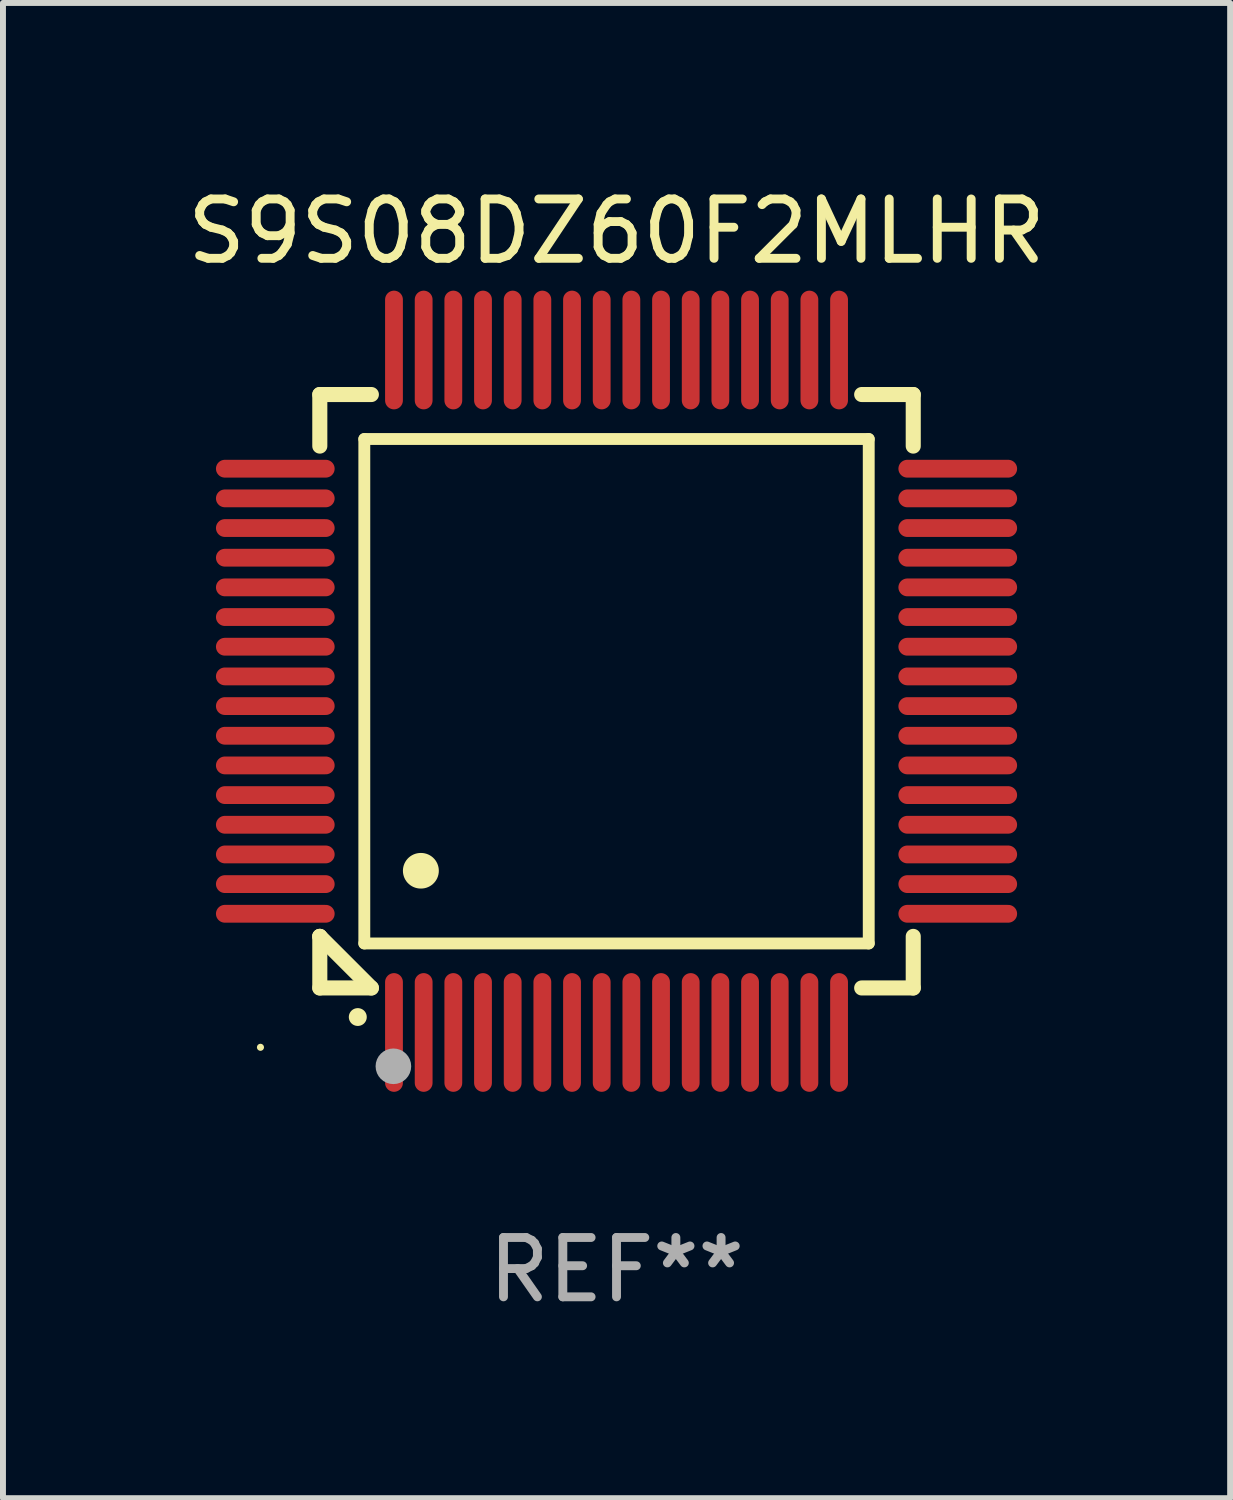
<source format=kicad_pcb>
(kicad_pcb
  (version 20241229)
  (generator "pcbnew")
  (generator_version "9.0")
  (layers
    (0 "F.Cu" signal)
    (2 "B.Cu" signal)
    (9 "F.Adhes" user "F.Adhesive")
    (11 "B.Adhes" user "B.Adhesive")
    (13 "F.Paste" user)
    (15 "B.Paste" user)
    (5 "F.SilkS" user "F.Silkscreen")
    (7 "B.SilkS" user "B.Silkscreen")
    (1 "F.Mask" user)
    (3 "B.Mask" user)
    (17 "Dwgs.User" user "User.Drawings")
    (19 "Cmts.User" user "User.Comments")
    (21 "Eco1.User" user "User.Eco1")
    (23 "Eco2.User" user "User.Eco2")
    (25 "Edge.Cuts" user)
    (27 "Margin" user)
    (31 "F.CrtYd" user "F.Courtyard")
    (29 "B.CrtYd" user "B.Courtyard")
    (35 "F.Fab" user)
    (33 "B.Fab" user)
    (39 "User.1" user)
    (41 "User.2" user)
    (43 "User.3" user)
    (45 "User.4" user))
  (footprint "S9S08DZ60F2MLHR"
    (layer "F.Cu")
    (at 7.339 8.598)
    (property "Reference" "S9S08DZ60F2MLHR" (at 0 -7.75 0) (layer "F.SilkS") (effects (font (size 1 1) (thickness 0.15))))
    (attr through_hole)
    (fp_line (start -5 -5) (end -4.131 -5) (stroke (width 0.254) (type solid)) (layer "F.SilkS"))
    (fp_line (start -5 -4.131) (end -5 -5) (stroke (width 0.254) (type solid)) (layer "F.SilkS"))
    (fp_line (start -5 4.131) (end -5 4.131) (stroke (width 0.254) (type solid)) (layer "F.SilkS"))
    (fp_line (start -5 5) (end -5 4.131) (stroke (width 0.254) (type solid)) (layer "F.SilkS"))
    (fp_line (start -5 4.131) (end -4.131 5) (stroke (width 0.254) (type solid)) (layer "F.SilkS"))
    (fp_line (start -4.25 -4.25) (end -4.25 4.25) (stroke (width 0.2) (type solid)) (layer "F.SilkS"))
    (fp_line (start -4.25 4.25) (end 4.25 4.25) (stroke (width 0.2) (type solid)) (layer "F.SilkS"))
    (fp_line (start -4.131 5) (end -5 5) (stroke (width 0.254) (type solid)) (layer "F.SilkS"))
    (fp_line (start 4.25 -4.25) (end -4.25 -4.25) (stroke (width 0.2) (type solid)) (layer "F.SilkS"))
    (fp_line (start 4.25 4.25) (end 4.25 -4.25) (stroke (width 0.2) (type solid)) (layer "F.SilkS"))
    (fp_line (start 5 -5) (end 4.131 -5) (stroke (width 0.254) (type solid)) (layer "F.SilkS"))
    (fp_line (start 5 -5) (end 5 -4.131) (stroke (width 0.254) (type solid)) (layer "F.SilkS"))
    (fp_line (start 5 4.131) (end 5 5) (stroke (width 0.254) (type solid)) (layer "F.SilkS"))
    (fp_line (start 5 5) (end 4.131 5) (stroke (width 0.254) (type solid)) (layer "F.SilkS"))
    (fp_arc (start -4.361265 5.489992) (mid -4.359995 5.489987) (end -4.358725 5.489992) (stroke (width 0.3) (type solid)) (layer "F.SilkS"))
    (fp_arc (start -3.299467 3.025146) (mid -3.296927 3.025135) (end -3.294387 3.025146) (stroke (width 0.6) (type solid)) (layer "F.SilkS"))
    (fp_circle (center -6 6) (end -5.97 6) (stroke (width 0.06) (type solid)) (fill no) (layer "F.SilkS"))
    (fp_circle (center -3.76 6.32) (end -3.61 6.32) (stroke (width 0.3) (type solid)) (fill no) (layer "F.Fab"))
    (fp_text user "REF**" (at 0 9.75 0) (layer "F.Fab") (effects (font (size 1 1) (thickness 0.15))))
    (pad "1" smd oval (at -3.75 5.75) (size 0.3 2) (layers "F.Cu" "F.Mask" "F.Paste"))
    (pad "2" smd oval (at -3.25 5.75) (size 0.3 2) (layers "F.Cu" "F.Mask" "F.Paste"))
    (pad "3" smd oval (at -2.75 5.75) (size 0.3 2) (layers "F.Cu" "F.Mask" "F.Paste"))
    (pad "4" smd oval (at -2.25 5.75) (size 0.3 2) (layers "F.Cu" "F.Mask" "F.Paste"))
    (pad "5" smd oval (at -1.75 5.75) (size 0.3 2) (layers "F.Cu" "F.Mask" "F.Paste"))
    (pad "6" smd oval (at -1.25 5.75) (size 0.3 2) (layers "F.Cu" "F.Mask" "F.Paste"))
    (pad "7" smd oval (at -0.75 5.75) (size 0.3 2) (layers "F.Cu" "F.Mask" "F.Paste"))
    (pad "8" smd oval (at -0.25 5.75) (size 0.3 2) (layers "F.Cu" "F.Mask" "F.Paste"))
    (pad "9" smd oval (at 0.25 5.75) (size 0.3 2) (layers "F.Cu" "F.Mask" "F.Paste"))
    (pad "10" smd oval (at 0.75 5.75) (size 0.3 2) (layers "F.Cu" "F.Mask" "F.Paste"))
    (pad "11" smd oval (at 1.25 5.75) (size 0.3 2) (layers "F.Cu" "F.Mask" "F.Paste"))
    (pad "12" smd oval (at 1.75 5.75) (size 0.3 2) (layers "F.Cu" "F.Mask" "F.Paste"))
    (pad "13" smd oval (at 2.25 5.75) (size 0.3 2) (layers "F.Cu" "F.Mask" "F.Paste"))
    (pad "14" smd oval (at 2.75 5.75) (size 0.3 2) (layers "F.Cu" "F.Mask" "F.Paste"))
    (pad "15" smd oval (at 3.25 5.75) (size 0.3 2) (layers "F.Cu" "F.Mask" "F.Paste"))
    (pad "16" smd oval (at 3.75 5.75) (size 0.3 2) (layers "F.Cu" "F.Mask" "F.Paste"))
    (pad "17" smd oval (at 5.75 3.75) (size 2 0.3) (layers "F.Cu" "F.Mask" "F.Paste"))
    (pad "18" smd oval (at 5.75 3.25) (size 2 0.3) (layers "F.Cu" "F.Mask" "F.Paste"))
    (pad "19" smd oval (at 5.75 2.75) (size 2 0.3) (layers "F.Cu" "F.Mask" "F.Paste"))
    (pad "20" smd oval (at 5.75 2.25) (size 2 0.3) (layers "F.Cu" "F.Mask" "F.Paste"))
    (pad "21" smd oval (at 5.75 1.75) (size 2 0.3) (layers "F.Cu" "F.Mask" "F.Paste"))
    (pad "22" smd oval (at 5.75 1.25) (size 2 0.3) (layers "F.Cu" "F.Mask" "F.Paste"))
    (pad "23" smd oval (at 5.75 0.75) (size 2 0.3) (layers "F.Cu" "F.Mask" "F.Paste"))
    (pad "24" smd oval (at 5.75 0.25) (size 2 0.3) (layers "F.Cu" "F.Mask" "F.Paste"))
    (pad "25" smd oval (at 5.75 -0.25) (size 2 0.3) (layers "F.Cu" "F.Mask" "F.Paste"))
    (pad "26" smd oval (at 5.75 -0.75) (size 2 0.3) (layers "F.Cu" "F.Mask" "F.Paste"))
    (pad "27" smd oval (at 5.75 -1.25) (size 2 0.3) (layers "F.Cu" "F.Mask" "F.Paste"))
    (pad "28" smd oval (at 5.75 -1.75) (size 2 0.3) (layers "F.Cu" "F.Mask" "F.Paste"))
    (pad "29" smd oval (at 5.75 -2.25) (size 2 0.3) (layers "F.Cu" "F.Mask" "F.Paste"))
    (pad "30" smd oval (at 5.75 -2.75) (size 2 0.3) (layers "F.Cu" "F.Mask" "F.Paste"))
    (pad "31" smd oval (at 5.75 -3.25) (size 2 0.3) (layers "F.Cu" "F.Mask" "F.Paste"))
    (pad "32" smd oval (at 5.75 -3.75) (size 2 0.3) (layers "F.Cu" "F.Mask" "F.Paste"))
    (pad "33" smd oval (at 3.75 -5.75) (size 0.3 2) (layers "F.Cu" "F.Mask" "F.Paste"))
    (pad "34" smd oval (at 3.25 -5.75) (size 0.3 2) (layers "F.Cu" "F.Mask" "F.Paste"))
    (pad "35" smd oval (at 2.75 -5.75) (size 0.3 2) (layers "F.Cu" "F.Mask" "F.Paste"))
    (pad "36" smd oval (at 2.25 -5.75) (size 0.3 2) (layers "F.Cu" "F.Mask" "F.Paste"))
    (pad "37" smd oval (at 1.75 -5.75) (size 0.3 2) (layers "F.Cu" "F.Mask" "F.Paste"))
    (pad "38" smd oval (at 1.25 -5.75) (size 0.3 2) (layers "F.Cu" "F.Mask" "F.Paste"))
    (pad "39" smd oval (at 0.75 -5.75) (size 0.3 2) (layers "F.Cu" "F.Mask" "F.Paste"))
    (pad "40" smd oval (at 0.25 -5.75) (size 0.3 2) (layers "F.Cu" "F.Mask" "F.Paste"))
    (pad "41" smd oval (at -0.25 -5.75) (size 0.3 2) (layers "F.Cu" "F.Mask" "F.Paste"))
    (pad "42" smd oval (at -0.75 -5.75) (size 0.3 2) (layers "F.Cu" "F.Mask" "F.Paste"))
    (pad "43" smd oval (at -1.25 -5.75) (size 0.3 2) (layers "F.Cu" "F.Mask" "F.Paste"))
    (pad "44" smd oval (at -1.75 -5.75) (size 0.3 2) (layers "F.Cu" "F.Mask" "F.Paste"))
    (pad "45" smd oval (at -2.25 -5.75) (size 0.3 2) (layers "F.Cu" "F.Mask" "F.Paste"))
    (pad "46" smd oval (at -2.75 -5.75) (size 0.3 2) (layers "F.Cu" "F.Mask" "F.Paste"))
    (pad "47" smd oval (at -3.25 -5.75) (size 0.3 2) (layers "F.Cu" "F.Mask" "F.Paste"))
    (pad "48" smd oval (at -3.75 -5.75) (size 0.3 2) (layers "F.Cu" "F.Mask" "F.Paste"))
    (pad "49" smd oval (at -5.75 -3.75) (size 2 0.3) (layers "F.Cu" "F.Mask" "F.Paste"))
    (pad "50" smd oval (at -5.75 -3.25) (size 2 0.3) (layers "F.Cu" "F.Mask" "F.Paste"))
    (pad "51" smd oval (at -5.75 -2.75) (size 2 0.3) (layers "F.Cu" "F.Mask" "F.Paste"))
    (pad "52" smd oval (at -5.75 -2.25) (size 2 0.3) (layers "F.Cu" "F.Mask" "F.Paste"))
    (pad "53" smd oval (at -5.75 -1.75) (size 2 0.3) (layers "F.Cu" "F.Mask" "F.Paste"))
    (pad "54" smd oval (at -5.75 -1.25) (size 2 0.3) (layers "F.Cu" "F.Mask" "F.Paste"))
    (pad "55" smd oval (at -5.75 -0.75) (size 2 0.3) (layers "F.Cu" "F.Mask" "F.Paste"))
    (pad "56" smd oval (at -5.75 -0.25) (size 2 0.3) (layers "F.Cu" "F.Mask" "F.Paste"))
    (pad "57" smd oval (at -5.75 0.25) (size 2 0.3) (layers "F.Cu" "F.Mask" "F.Paste"))
    (pad "58" smd oval (at -5.75 0.75) (size 2 0.3) (layers "F.Cu" "F.Mask" "F.Paste"))
    (pad "59" smd oval (at -5.75 1.25) (size 2 0.3) (layers "F.Cu" "F.Mask" "F.Paste"))
    (pad "60" smd oval (at -5.75 1.75) (size 2 0.3) (layers "F.Cu" "F.Mask" "F.Paste"))
    (pad "61" smd oval (at -5.75 2.25) (size 2 0.3) (layers "F.Cu" "F.Mask" "F.Paste"))
    (pad "62" smd oval (at -5.75 2.75) (size 2 0.3) (layers "F.Cu" "F.Mask" "F.Paste"))
    (pad "63" smd oval (at -5.75 3.25) (size 2 0.3) (layers "F.Cu" "F.Mask" "F.Paste"))
    (pad "64" smd oval (at -5.75 3.75) (size 2 0.3) (layers "F.Cu" "F.Mask" "F.Paste")))
  (gr_rect
    (start -3 -3)
    (end 17.679 22.196)
    (stroke (width 0.1) (type default))
    (fill no)
    (layer "Edge.Cuts")))
</source>
